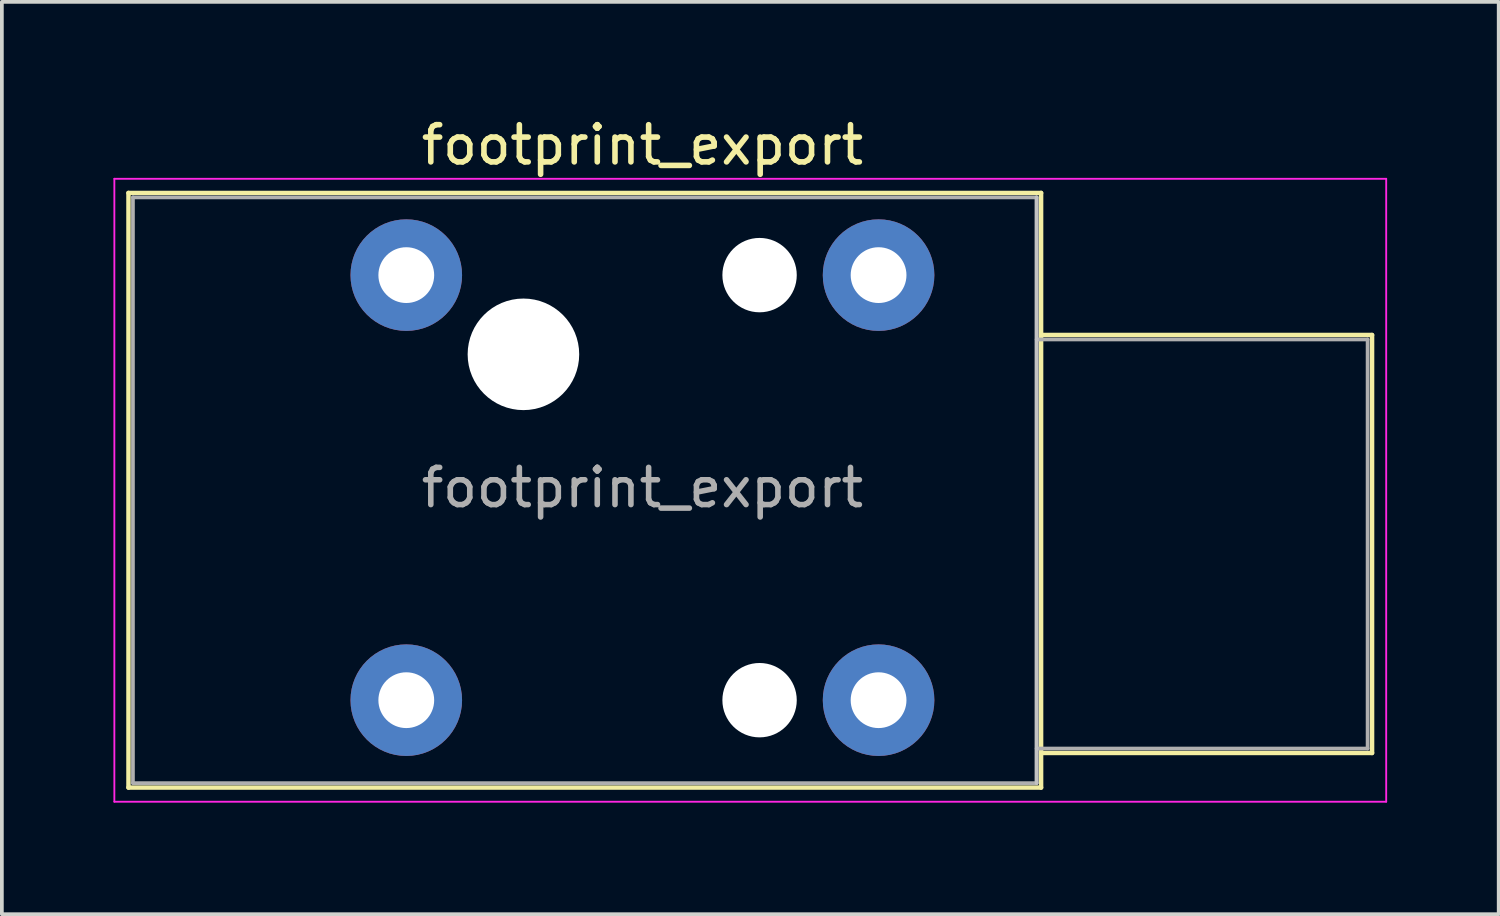
<source format=kicad_pcb>
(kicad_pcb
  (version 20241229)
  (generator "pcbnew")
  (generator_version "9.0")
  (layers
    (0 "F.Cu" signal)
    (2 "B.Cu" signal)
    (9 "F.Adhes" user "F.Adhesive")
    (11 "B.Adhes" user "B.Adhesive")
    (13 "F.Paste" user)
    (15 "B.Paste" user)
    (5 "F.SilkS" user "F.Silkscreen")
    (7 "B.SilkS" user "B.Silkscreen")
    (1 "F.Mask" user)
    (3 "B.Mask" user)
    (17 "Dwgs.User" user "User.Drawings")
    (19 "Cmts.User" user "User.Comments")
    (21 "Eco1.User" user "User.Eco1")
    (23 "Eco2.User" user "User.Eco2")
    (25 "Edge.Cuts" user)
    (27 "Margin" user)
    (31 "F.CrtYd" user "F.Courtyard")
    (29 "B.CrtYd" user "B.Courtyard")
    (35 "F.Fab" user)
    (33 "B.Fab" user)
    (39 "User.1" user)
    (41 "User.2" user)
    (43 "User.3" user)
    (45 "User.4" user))
  (footprint "footprint_export"
    (layer "F.Cu")
    (at 7.875 4.348)
    (property "Reference" "footprint_export" (at 6.35 -3.5 0) (layer "F.SilkS") (effects (font (size 1 1) (thickness 0.15))))
    (attr through_hole)
    (fp_line (start -7.47 -2.21) (end 17.07 -2.21) (stroke (width 0.12) (type solid)) (layer "F.SilkS"))
    (fp_line (start -7.47 13.78) (end -7.47 -2.21) (stroke (width 0.12) (type solid)) (layer "F.SilkS"))
    (fp_line (start -7.47 13.78) (end 17.07 13.78) (stroke (width 0.12) (type solid)) (layer "F.SilkS"))
    (fp_line (start 17.07 -2.21) (end 17.07 13.78) (stroke (width 0.12) (type solid)) (layer "F.SilkS"))
    (fp_line (start 25.97 1.61) (end 17.07 1.61) (stroke (width 0.12) (type solid)) (layer "F.SilkS"))
    (fp_line (start 25.97 12.85) (end 17.07 12.85) (stroke (width 0.12) (type solid)) (layer "F.SilkS"))
    (fp_line (start 25.97 12.85) (end 25.97 1.61) (stroke (width 0.12) (type solid)) (layer "F.SilkS"))
    (fp_line (start 16.95 -2.09) (end 16.95 13.66) (stroke (width 0.1) (type solid)) (layer "Dwgs.User"))
    (fp_line (start -7.85 14.16) (end -7.85 -2.59) (stroke (width 0.05) (type solid)) (layer "F.CrtYd"))
    (fp_line (start -7.85 14.16) (end 26.35 14.16) (stroke (width 0.05) (type solid)) (layer "F.CrtYd"))
    (fp_line (start 26.35 -2.59) (end -7.85 -2.59) (stroke (width 0.05) (type solid)) (layer "F.CrtYd"))
    (fp_line (start 26.35 14.16) (end 26.35 -2.59) (stroke (width 0.05) (type solid)) (layer "F.CrtYd"))
    (fp_line (start -7.35 -2.09) (end 16.95 -2.09) (stroke (width 0.1) (type solid)) (layer "F.Fab"))
    (fp_line (start -7.35 13.66) (end -7.35 -2.09) (stroke (width 0.1) (type solid)) (layer "F.Fab"))
    (fp_line (start 16.95 -2.09) (end 16.95 13.66) (stroke (width 0.1) (type solid)) (layer "F.Fab"))
    (fp_line (start 16.95 12.73) (end 25.85 12.73) (stroke (width 0.1) (type solid)) (layer "F.Fab"))
    (fp_line (start 16.95 13.66) (end -7.35 13.66) (stroke (width 0.1) (type solid)) (layer "F.Fab"))
    (fp_line (start 25.85 1.73) (end 16.95 1.73) (stroke (width 0.1) (type solid)) (layer "F.Fab"))
    (fp_line (start 25.85 12.73) (end 25.85 1.73) (stroke (width 0.1) (type solid)) (layer "F.Fab"))
    (fp_text user "${REFERENCE}" (at 6.35 5.715 0) (layer "F.Fab") (effects (font (size 1 1) (thickness 0.15))))
    (pad "" np_thru_hole circle (at 3.15 2.13) (size 3 3) (drill 3) (layers "*.Cu" "*.Mask"))
    (pad "" np_thru_hole circle (at 9.5 0) (size 2 2) (drill 2) (layers "*.Cu" "*.Mask"))
    (pad "" np_thru_hole circle (at 9.5 11.43) (size 2 2) (drill 2) (layers "*.Cu" "*.Mask"))
    (pad "S" thru_hole circle (at 12.7 0) (size 3 3) (drill 1.5) (layers "*.Cu" "*.Mask"))
    (pad "SN" thru_hole circle (at 12.7 11.43) (size 3 3) (drill 1.5) (layers "*.Cu" "*.Mask"))
    (pad "T" thru_hole circle (at 0 0) (size 3 3) (drill 1.5) (layers "*.Cu" "*.Mask"))
    (pad "TN" thru_hole circle (at 0 11.43) (size 3 3) (drill 1.5) (layers "*.Cu" "*.Mask")))
  (gr_rect
    (start -3 -3)
    (end 37.25 21.533)
    (stroke (width 0.1) (type default))
    (fill no)
    (layer "Edge.Cuts")))
</source>
